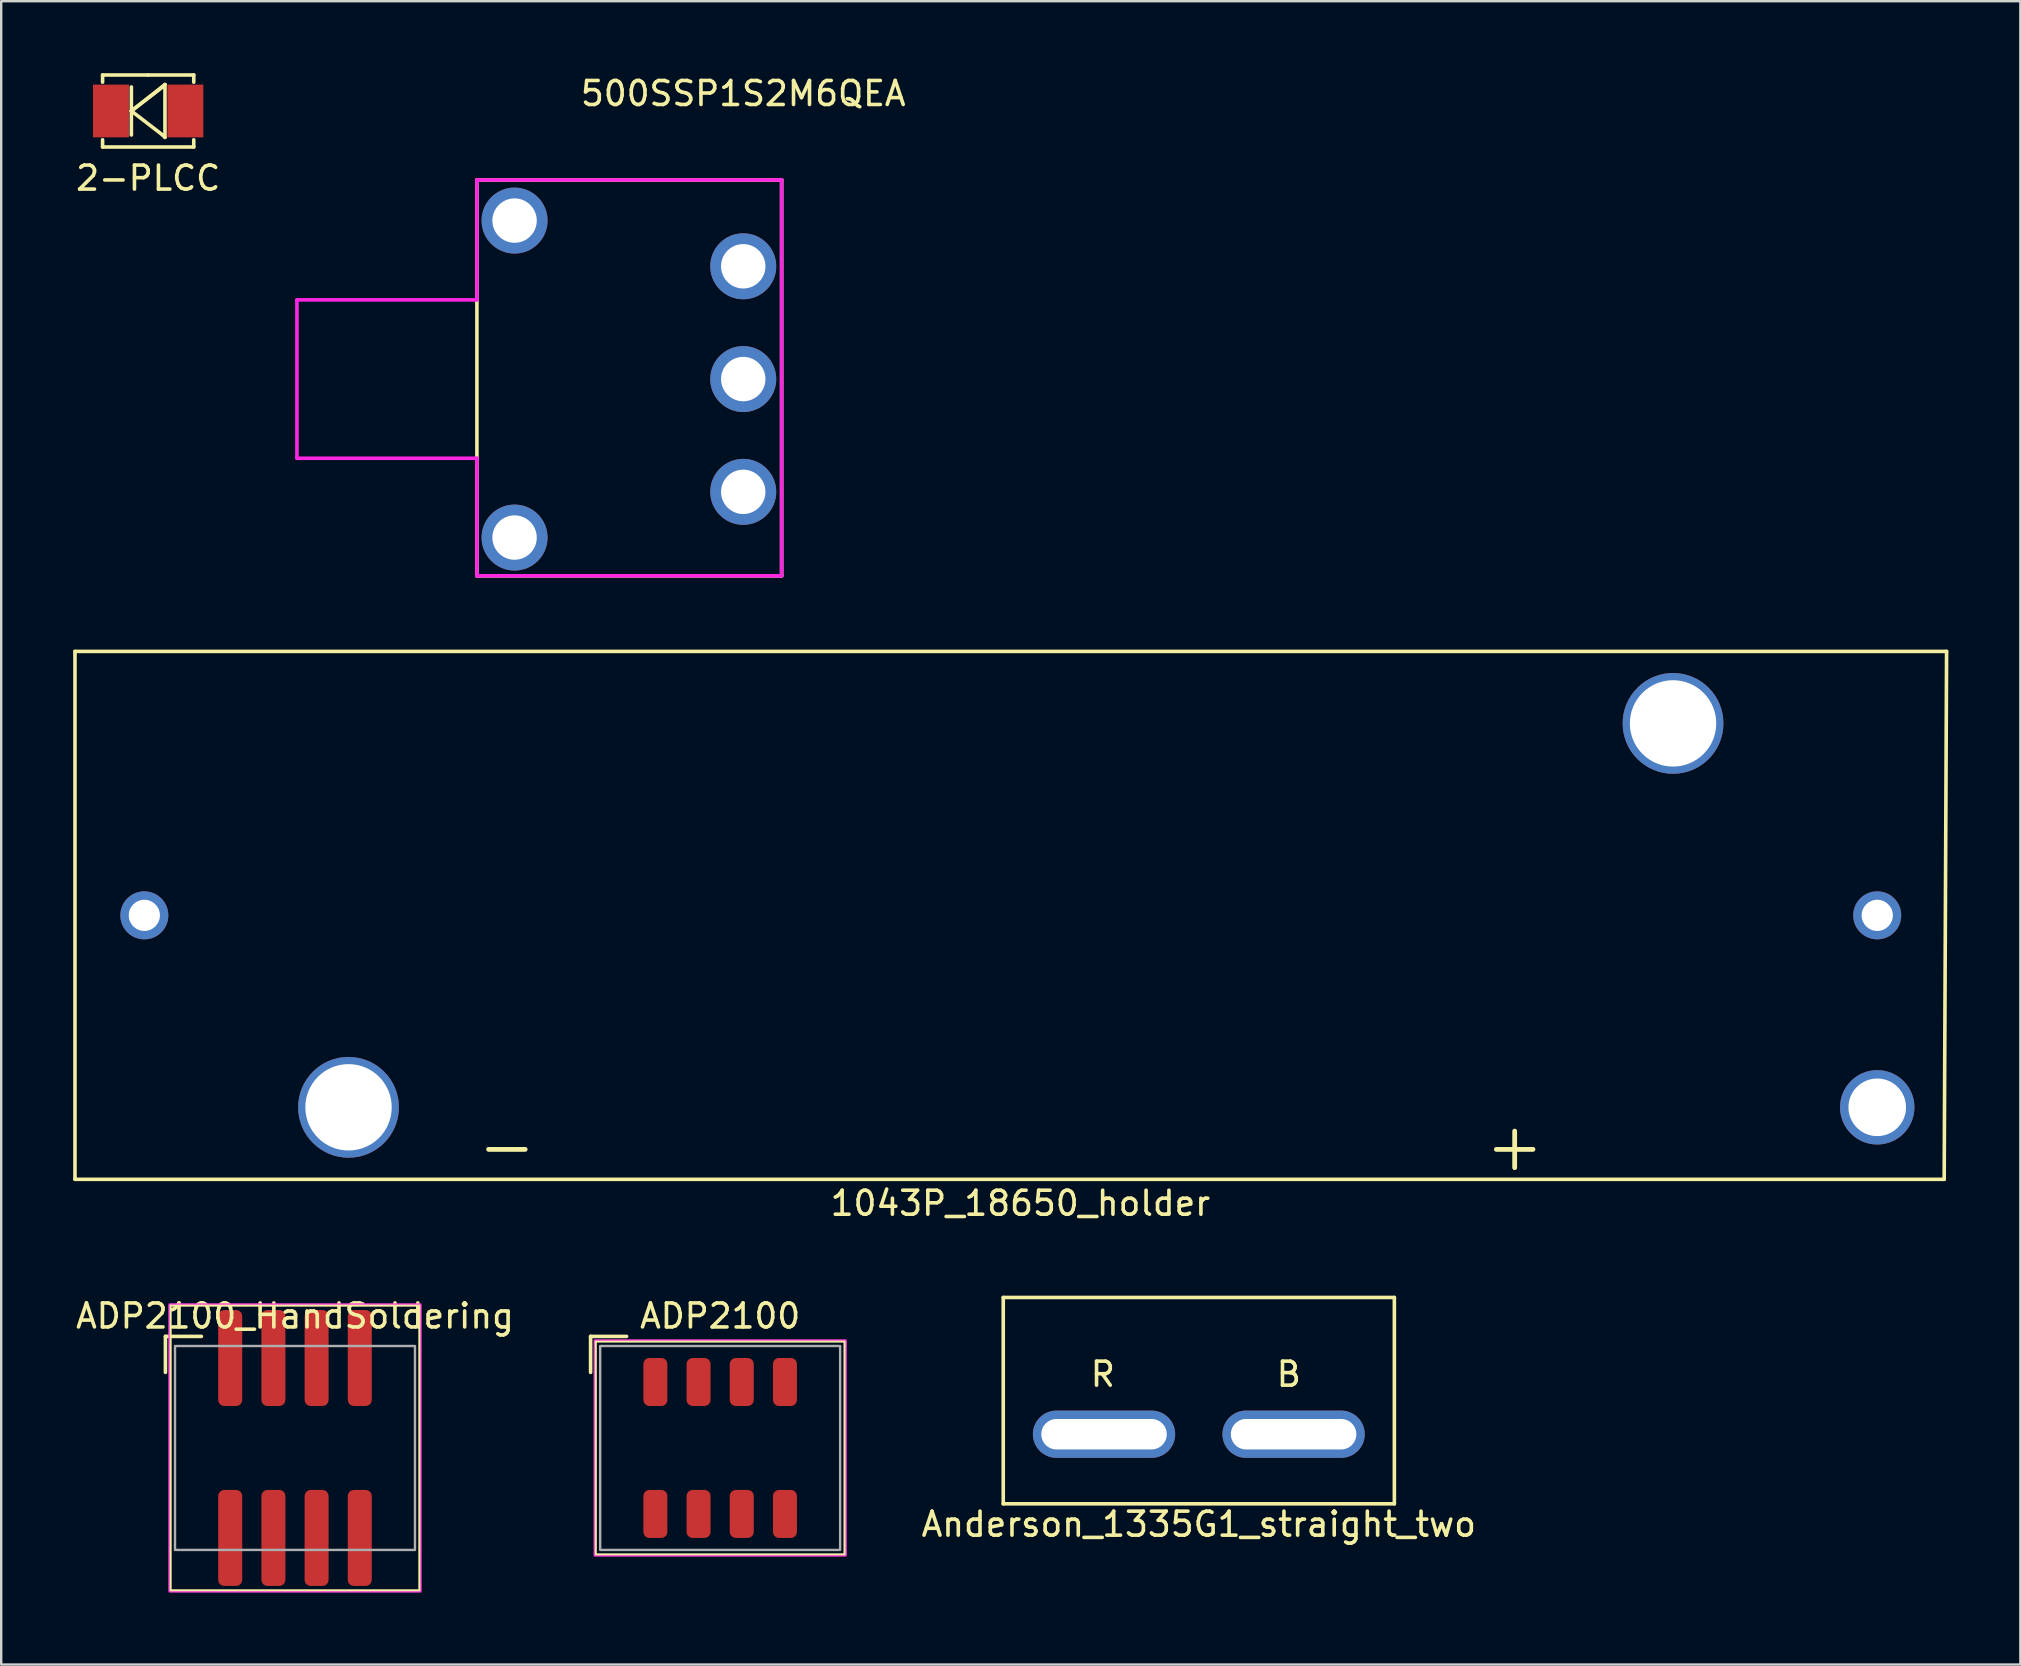
<source format=kicad_pcb>
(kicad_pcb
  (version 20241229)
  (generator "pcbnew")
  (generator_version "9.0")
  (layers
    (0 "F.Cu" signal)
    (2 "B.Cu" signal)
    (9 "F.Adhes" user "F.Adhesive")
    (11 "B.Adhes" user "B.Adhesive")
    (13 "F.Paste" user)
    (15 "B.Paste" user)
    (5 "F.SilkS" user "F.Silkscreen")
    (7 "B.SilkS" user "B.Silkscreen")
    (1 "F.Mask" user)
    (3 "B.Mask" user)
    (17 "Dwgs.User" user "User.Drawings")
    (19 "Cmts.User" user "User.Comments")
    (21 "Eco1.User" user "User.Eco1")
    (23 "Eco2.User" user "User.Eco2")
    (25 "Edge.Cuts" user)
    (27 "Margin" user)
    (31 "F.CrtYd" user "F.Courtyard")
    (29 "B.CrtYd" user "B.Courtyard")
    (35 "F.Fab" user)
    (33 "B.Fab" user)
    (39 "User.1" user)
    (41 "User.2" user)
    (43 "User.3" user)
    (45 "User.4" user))
  (footprint "1043P_18650_holder"
    (layer "F.Cu")
    (at 39.075 35.098)
    (property "Reference" "1043P_18650_holder" (at 0.4 12 0) (layer "F.SilkS") (effects (font (size 1 1) (thickness 0.15))))
    (attr through_hole)
    (fp_line (start -39 -11) (end 39 -11) (stroke (width 0.15) (type solid)) (layer "F.SilkS"))
    (fp_line (start -39 11) (end -39 -11) (stroke (width 0.15) (type solid)) (layer "F.SilkS"))
    (fp_line (start 38.9 11) (end -39 11) (stroke (width 0.15) (type solid)) (layer "F.SilkS"))
    (fp_line (start 39 -11) (end 38.9 11) (stroke (width 0.15) (type solid)) (layer "F.SilkS"))
    (fp_text user "-" (at -21 9.6 0) (layer "F.SilkS") (effects (font (size 2 2) (thickness 0.2))))
    (fp_text user "+" (at 21 9.6 0) (layer "F.SilkS") (effects (font (size 2 2) (thickness 0.2))))
    (pad "" thru_hole circle (at -27.6 8) (size 4.2 4.2) (drill 3.6) (layers "*.Cu" "*.Mask"))
    (pad "" thru_hole circle (at 27.6 -8) (size 4.2 4.2) (drill 3.6) (layers "*.Cu" "*.Mask"))
    (pad "" thru_hole circle (at 36.11 8) (size 3.1 3.1) (drill 2.4) (layers "*.Cu" "*.Mask"))
    (pad "+" thru_hole circle (at 36.11 0) (size 2 2) (drill 1.3) (layers "*.Cu" "*.Mask"))
    (pad "-" thru_hole circle (at -36.11 0) (size 2 2) (drill 1.3) (layers "*.Cu" "*.Mask")))
  (footprint "500SSP1S2M6QEA"
    (layer "F.Cu")
    (at 27.925 12.748)
    (property "Reference" "500SSP1S2M6QEA" (at 0 -11.9 0) (layer "F.SilkS") (effects (font (size 1 1) (thickness 0.15))))
    (attr through_hole)
    (fp_line (start -11.1 -8.3) (end -11.1 8.2) (stroke (width 0.15) (type solid)) (layer "F.SilkS"))
    (fp_line (start -11.1 -8.3) (end 1.6 -8.3) (stroke (width 0.15) (type solid)) (layer "F.SilkS"))
    (fp_line (start -11.1 8.2) (end 1.6 8.2) (stroke (width 0.15) (type solid)) (layer "F.SilkS"))
    (fp_line (start 1.6 -8.3) (end 1.6 8.2) (stroke (width 0.15) (type solid)) (layer "F.SilkS"))
    (fp_line (start -18.6 -3.3) (end -18.6 3.3) (stroke (width 0.15) (type solid)) (layer "F.CrtYd"))
    (fp_line (start -11.1 -8.3) (end 1.6 -8.3) (stroke (width 0.15) (type solid)) (layer "F.CrtYd"))
    (fp_line (start -11.1 -3.3) (end -18.6 -3.3) (stroke (width 0.15) (type solid)) (layer "F.CrtYd"))
    (fp_line (start -11.1 -3.3) (end -11.1 -8.3) (stroke (width 0.15) (type solid)) (layer "F.CrtYd"))
    (fp_line (start -11.1 3.3) (end -18.6 3.3) (stroke (width 0.15) (type solid)) (layer "F.CrtYd"))
    (fp_line (start -11.1 3.3) (end -11.1 8.2) (stroke (width 0.15) (type solid)) (layer "F.CrtYd"))
    (fp_line (start -11.1 8.2) (end 1.6 8.2) (stroke (width 0.15) (type solid)) (layer "F.CrtYd"))
    (fp_line (start 1.6 -8.3) (end 1.6 8.2) (stroke (width 0.15) (type solid)) (layer "F.CrtYd"))
    (pad "1" thru_hole circle (at 0 -4.7) (size 2.75 2.75) (drill 1.85) (layers "*.Cu" "*.Mask"))
    (pad "2" thru_hole circle (at 0 0) (size 2.75 2.75) (drill 1.85) (layers "*.Cu" "*.Mask"))
    (pad "3" thru_hole circle (at 0 4.7) (size 2.75 2.75) (drill 1.85) (layers "*.Cu" "*.Mask"))
    (pad "~" thru_hole circle (at -9.53 -6.605) (size 2.75 2.75) (drill 1.85) (layers "*.Cu" "*.Mask"))
    (pad "~" thru_hole circle (at -9.53 6.605) (size 2.75 2.75) (drill 1.85) (layers "*.Cu" "*.Mask")))
  (footprint "2-PLCC"
    (layer "F.Cu")
    (at 3.125 1.575)
    (property "Reference" "2-PLCC" (at 0 2.8 0) (layer "F.SilkS") (effects (font (size 1 1) (thickness 0.15))))
    (attr through_hole)
    (fp_line (start -1.9 -1.5) (end -1.9 -1.2) (stroke (width 0.15) (type solid)) (layer "F.SilkS"))
    (fp_line (start -1.9 1.2) (end -1.9 1.5) (stroke (width 0.15) (type solid)) (layer "F.SilkS"))
    (fp_line (start -1.9 1.5) (end 1.9 1.5) (stroke (width 0.15) (type solid)) (layer "F.SilkS"))
    (fp_line (start -0.7 -1) (end -0.7 1) (stroke (width 0.15) (type solid)) (layer "F.SilkS"))
    (fp_line (start -0.7 0) (end 0.6 -1) (stroke (width 0.15) (type solid)) (layer "F.SilkS"))
    (fp_line (start 0 -1.5) (end -1.9 -1.5) (stroke (width 0.15) (type solid)) (layer "F.SilkS"))
    (fp_line (start 0.6 -1) (end 0.7 -1.1) (stroke (width 0.15) (type solid)) (layer "F.SilkS"))
    (fp_line (start 0.6 1) (end -0.7 0) (stroke (width 0.15) (type solid)) (layer "F.SilkS"))
    (fp_line (start 0.7 -1.1) (end -0.7 0) (stroke (width 0.15) (type solid)) (layer "F.SilkS"))
    (fp_line (start 0.7 -1.1) (end 0.7 1.1) (stroke (width 0.15) (type solid)) (layer "F.SilkS"))
    (fp_line (start 0.7 1.1) (end 0.6 1) (stroke (width 0.15) (type solid)) (layer "F.SilkS"))
    (fp_line (start 1.9 -1.5) (end 0 -1.5) (stroke (width 0.15) (type solid)) (layer "F.SilkS"))
    (fp_line (start 1.9 -1.2) (end 1.9 -1.5) (stroke (width 0.15) (type solid)) (layer "F.SilkS"))
    (fp_line (start 1.9 1.5) (end 1.9 1.2) (stroke (width 0.15) (type solid)) (layer "F.SilkS"))
    (pad "1" smd rect (at -1.55 0) (size 1.5 2.2) (layers "F.Cu" "F.Mask" "F.Paste"))
    (pad "2" smd rect (at 1.55 0) (size 1.5 2.2) (layers "F.Cu" "F.Mask" "F.Paste")))
  (footprint "Anderson_1335G1_straight_two"
    (layer "F.Cu")
    (at 46.911 55.322)
    (property "Reference" "Anderson_1335G1_straight_two" (at 0 5.15 0) (layer "F.SilkS") (effects (font (size 1 1) (thickness 0.15))))
    (attr through_hole)
    (fp_line (start -8.15 -4.3) (end 8.15 -4.3) (stroke (width 0.15) (type solid)) (layer "F.SilkS"))
    (fp_line (start -8.15 4.3) (end -8.15 -4.3) (stroke (width 0.15) (type solid)) (layer "F.SilkS"))
    (fp_line (start 8.15 -4.3) (end 8.15 4.3) (stroke (width 0.15) (type solid)) (layer "F.SilkS"))
    (fp_line (start 8.15 4.3) (end -8.15 4.3) (stroke (width 0.15) (type solid)) (layer "F.SilkS"))
    (fp_text user "R" (at -4 -1.1 0) (layer "F.SilkS") (effects (font (size 1 1) (thickness 0.15))))
    (fp_text user "B" (at 3.75 -1.1 0) (layer "F.SilkS") (effects (font (size 1 1) (thickness 0.15))))
    (pad "1" thru_hole oval (at -3.95 1.4) (size 5.93 1.97) (drill oval 5.23 1.27) (layers "*.Cu" "*.Mask"))
    (pad "2" thru_hole oval (at 3.95 1.4) (size 5.93 1.97) (drill oval 5.23 1.27) (layers "*.Cu" "*.Mask")))
  (footprint "ADP2100"
    (layer "F.Cu")
    (at 26.963 57.295)
    (property "Reference" "ADP2100" (at 0 -5.5 0) (unlocked yes) (layer "F.SilkS") (effects (font (size 1 1) (thickness 0.15))))
    (attr smd)
    (fp_line (start -5.4 -4.65) (end -5.4 -3.15) (stroke (width 0.15) (type default)) (layer "F.SilkS"))
    (fp_line (start -3.9 -4.65) (end -5.4 -4.65) (stroke (width 0.15) (type default)) (layer "F.SilkS"))
    (fp_rect (start -5.2 -4.45) (end 5.2 4.45) (stroke (width 0.12) (type default)) (fill no) (layer "F.SilkS"))
    (fp_rect (start -5.25 -4.5) (end 5.25 4.5) (stroke (width 0.05) (type default)) (fill no) (layer "F.CrtYd"))
    (fp_rect (start -5 -4.25) (end 5 4.25) (stroke (width 0.1) (type default)) (fill no) (layer "F.Fab"))
    (pad "1" smd roundrect (at -2.7 -2.75) (size 1 2) (layers "F.Cu" "F.Mask" "F.Paste") (roundrect_rratio 0.25))
    (pad "2" smd roundrect (at -0.9 -2.75) (size 1 2) (layers "F.Cu" "F.Mask" "F.Paste") (roundrect_rratio 0.25))
    (pad "3" smd roundrect (at 0.9 -2.75) (size 1 2) (layers "F.Cu" "F.Mask" "F.Paste") (roundrect_rratio 0.25))
    (pad "4" smd roundrect (at 2.7 -2.75) (size 1 2) (layers "F.Cu" "F.Mask" "F.Paste") (roundrect_rratio 0.25))
    (pad "5" smd roundrect (at 2.7 2.75) (size 1 2) (layers "F.Cu" "F.Mask" "F.Paste") (roundrect_rratio 0.25))
    (pad "6" smd roundrect (at 0.9 2.75) (size 1 2) (layers "F.Cu" "F.Mask" "F.Paste") (roundrect_rratio 0.25))
    (pad "7" smd roundrect (at -0.9 2.75) (size 1 2) (layers "F.Cu" "F.Mask" "F.Paste") (roundrect_rratio 0.25))
    (pad "8" smd roundrect (at -2.7 2.75) (size 1 2) (layers "F.Cu" "F.Mask" "F.Paste") (roundrect_rratio 0.25)))
  (footprint "ADP2100_HandSoldering"
    (layer "F.Cu")
    (at 9.244 57.295)
    (property "Reference" "ADP2100_HandSoldering" (at 0 -5.5 0) (unlocked yes) (layer "F.SilkS") (effects (font (size 1 1) (thickness 0.15))))
    (attr smd)
    (fp_line (start -5.4 -4.65) (end -5.4 -3.15) (stroke (width 0.15) (type default)) (layer "F.SilkS"))
    (fp_line (start -3.9 -4.65) (end -5.4 -4.65) (stroke (width 0.15) (type default)) (layer "F.SilkS"))
    (fp_rect (start -5.2 -5.95) (end 5.2 5.95) (stroke (width 0.12) (type default)) (fill no) (layer "F.SilkS"))
    (fp_rect (start -5.25 -6) (end 5.25 6) (stroke (width 0.05) (type default)) (fill no) (layer "F.CrtYd"))
    (fp_rect (start -5 -4.25) (end 5 4.25) (stroke (width 0.1) (type default)) (fill no) (layer "F.Fab"))
    (pad "1" smd roundrect (at -2.7 -3.75) (size 1 4) (layers "F.Cu" "F.Mask" "F.Paste") (roundrect_rratio 0.25))
    (pad "2" smd roundrect (at -0.9 -3.75) (size 1 4) (layers "F.Cu" "F.Mask" "F.Paste") (roundrect_rratio 0.25))
    (pad "3" smd roundrect (at 0.9 -3.75) (size 1 4) (layers "F.Cu" "F.Mask" "F.Paste") (roundrect_rratio 0.25))
    (pad "4" smd roundrect (at 2.7 -3.75) (size 1 4) (layers "F.Cu" "F.Mask" "F.Paste") (roundrect_rratio 0.25))
    (pad "5" smd roundrect (at 2.7 3.75) (size 1 4) (layers "F.Cu" "F.Mask" "F.Paste") (roundrect_rratio 0.25))
    (pad "6" smd roundrect (at 0.9 3.75) (size 1 4) (layers "F.Cu" "F.Mask" "F.Paste") (roundrect_rratio 0.25))
    (pad "7" smd roundrect (at -0.9 3.75) (size 1 4) (layers "F.Cu" "F.Mask" "F.Paste") (roundrect_rratio 0.25))
    (pad "8" smd roundrect (at -2.7 3.75) (size 1 4) (layers "F.Cu" "F.Mask" "F.Paste") (roundrect_rratio 0.25)))
  (gr_rect
    (start -3 -3)
    (end 81.15 66.32)
    (stroke (width 0.1) (type default))
    (fill no)
    (layer "Edge.Cuts")))
</source>
